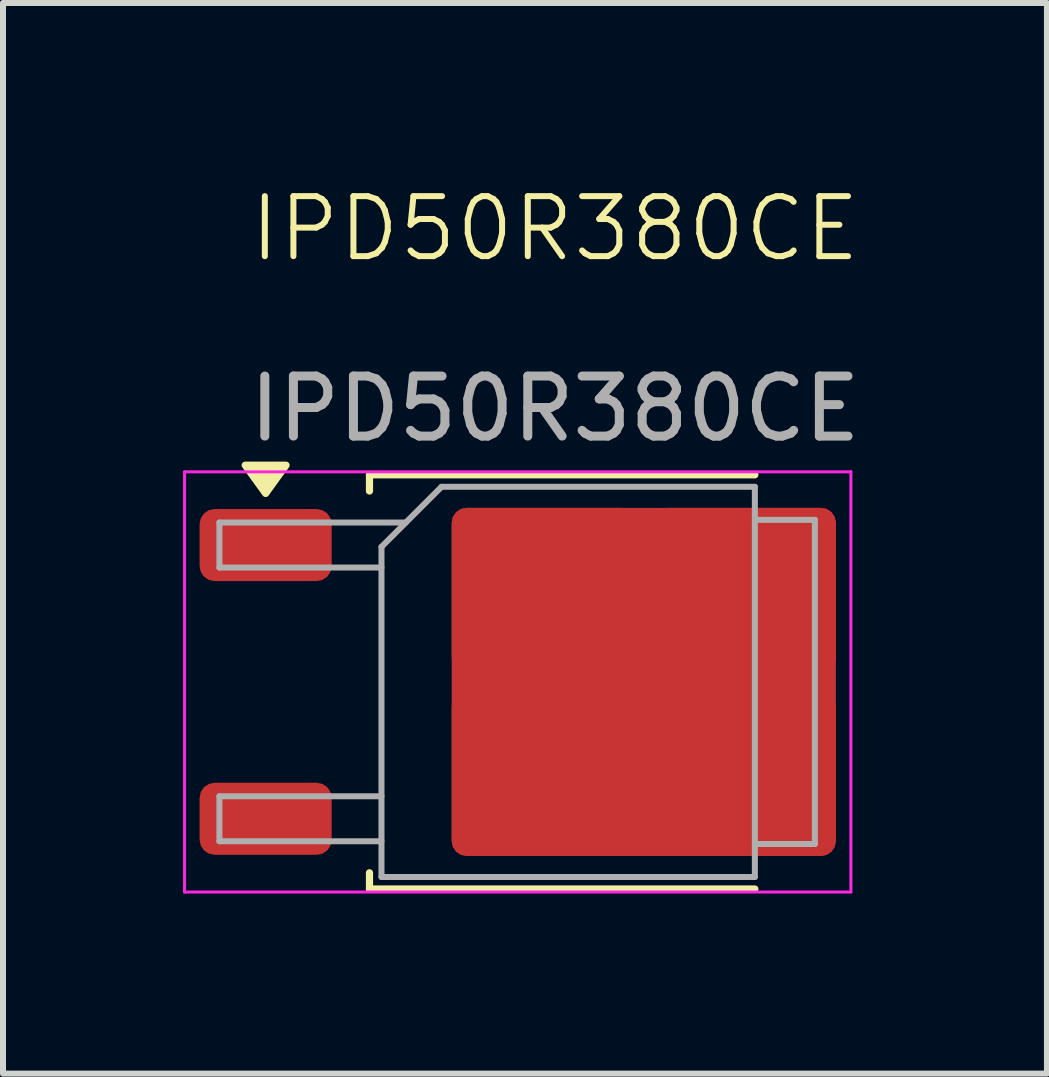
<source format=kicad_pcb>
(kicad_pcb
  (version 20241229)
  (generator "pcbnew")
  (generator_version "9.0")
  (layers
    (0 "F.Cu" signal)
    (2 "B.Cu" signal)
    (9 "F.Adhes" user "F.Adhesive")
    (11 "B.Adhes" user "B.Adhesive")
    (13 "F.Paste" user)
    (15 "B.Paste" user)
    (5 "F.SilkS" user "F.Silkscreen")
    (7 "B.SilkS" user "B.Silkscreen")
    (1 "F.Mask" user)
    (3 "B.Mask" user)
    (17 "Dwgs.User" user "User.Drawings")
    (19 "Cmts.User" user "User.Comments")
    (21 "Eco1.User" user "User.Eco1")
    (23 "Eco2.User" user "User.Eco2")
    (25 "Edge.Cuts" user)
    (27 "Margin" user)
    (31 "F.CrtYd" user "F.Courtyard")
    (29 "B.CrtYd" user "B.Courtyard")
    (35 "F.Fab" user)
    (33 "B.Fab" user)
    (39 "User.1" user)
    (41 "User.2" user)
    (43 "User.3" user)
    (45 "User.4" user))
  (footprint "IPD50R380CE"
    (layer "F.Cu")
    (at 6.195 1.26)
    (property "Reference" "IPD50R380CE" (at 0 -0.5 0) (unlocked yes) (layer "F.SilkS") (effects (font (size 1 1) (thickness 0.1))))
    (attr smd)
    (fp_line (start -3.09 3.6) (end -3.09 3.87) (stroke (width 0.12) (type solid)) (layer "F.SilkS"))
    (fp_line (start -3.09 10.5) (end -3.09 10.23) (stroke (width 0.12) (type solid)) (layer "F.SilkS"))
    (fp_line (start 3.33 3.6) (end -3.09 3.6) (stroke (width 0.12) (type solid)) (layer "F.SilkS"))
    (fp_line (start 3.33 10.5) (end -3.09 10.5) (stroke (width 0.12) (type solid)) (layer "F.SilkS"))
    (fp_poly (pts (xy -4.82 3.91) (xy -5.16 3.44) (xy -4.48 3.44) (xy -4.82 3.91)) (stroke (width 0.12) (type solid)) (fill yes) (layer "F.SilkS"))
    (fp_line (start -6.17 3.55) (end -6.17 10.55) (stroke (width 0.05) (type solid)) (layer "F.CrtYd"))
    (fp_line (start -6.17 10.55) (end 4.93 10.55) (stroke (width 0.05) (type solid)) (layer "F.CrtYd"))
    (fp_line (start 4.93 3.55) (end -6.17 3.55) (stroke (width 0.05) (type solid)) (layer "F.CrtYd"))
    (fp_line (start 4.93 10.55) (end 4.93 3.55) (stroke (width 0.05) (type solid)) (layer "F.CrtYd"))
    (fp_line (start -5.59 4.395) (end -5.59 5.145) (stroke (width 0.1) (type solid)) (layer "F.Fab"))
    (fp_line (start -5.59 5.145) (end -2.89 5.145) (stroke (width 0.1) (type solid)) (layer "F.Fab"))
    (fp_line (start -5.59 8.955) (end -5.59 9.705) (stroke (width 0.1) (type solid)) (layer "F.Fab"))
    (fp_line (start -5.59 9.705) (end -2.89 9.705) (stroke (width 0.1) (type solid)) (layer "F.Fab"))
    (fp_line (start -2.89 4.8) (end -1.89 3.8) (stroke (width 0.1) (type solid)) (layer "F.Fab"))
    (fp_line (start -2.89 8.955) (end -5.59 8.955) (stroke (width 0.1) (type solid)) (layer "F.Fab"))
    (fp_line (start -2.89 10.3) (end -2.89 4.8) (stroke (width 0.1) (type solid)) (layer "F.Fab"))
    (fp_line (start -2.485 4.395) (end -5.59 4.395) (stroke (width 0.1) (type solid)) (layer "F.Fab"))
    (fp_line (start -1.89 3.8) (end 3.33 3.8) (stroke (width 0.1) (type solid)) (layer "F.Fab"))
    (fp_line (start 3.33 3.8) (end 3.33 10.3) (stroke (width 0.1) (type solid)) (layer "F.Fab"))
    (fp_line (start 3.33 4.35) (end 4.33 4.35) (stroke (width 0.1) (type solid)) (layer "F.Fab"))
    (fp_line (start 3.33 10.3) (end -2.89 10.3) (stroke (width 0.1) (type solid)) (layer "F.Fab"))
    (fp_line (start 4.33 4.35) (end 4.33 9.75) (stroke (width 0.1) (type solid)) (layer "F.Fab"))
    (fp_line (start 4.33 9.75) (end 3.33 9.75) (stroke (width 0.1) (type solid)) (layer "F.Fab"))
    (fp_text user "${REFERENCE}" (at 0 2.5 0) (unlocked yes) (layer "F.Fab") (effects (font (size 1 1) (thickness 0.15))))
    (pad "1" smd roundrect (at -4.82 4.77) (size 2.2 1.2) (layers "F.Cu" "F.Mask" "F.Paste") (roundrect_rratio 0.208))
    (pad "2" smd roundrect (at -0.195 5.525) (size 3.05 2.75) (layers "F.Cu" "F.Paste") (roundrect_rratio 0.091))
    (pad "2" smd roundrect (at -0.195 8.575) (size 3.05 2.75) (layers "F.Cu" "F.Paste") (roundrect_rratio 0.091))
    (pad "2" smd roundrect (at 1.48 7.05) (size 6.4 5.8) (layers "F.Cu" "F.Mask") (roundrect_rratio 0.043))
    (pad "2" smd roundrect (at 3.155 5.525) (size 3.05 2.75) (layers "F.Cu" "F.Paste") (roundrect_rratio 0.091))
    (pad "2" smd roundrect (at 3.155 8.575) (size 3.05 2.75) (layers "F.Cu" "F.Paste") (roundrect_rratio 0.091))
    (pad "3" smd roundrect (at -4.82 9.33) (size 2.2 1.2) (layers "F.Cu" "F.Mask" "F.Paste") (roundrect_rratio 0.208)))
  (gr_rect
    (start -3 -3)
    (end 14.391 14.835)
    (stroke (width 0.1) (type default))
    (fill no)
    (layer "Edge.Cuts")))
</source>
